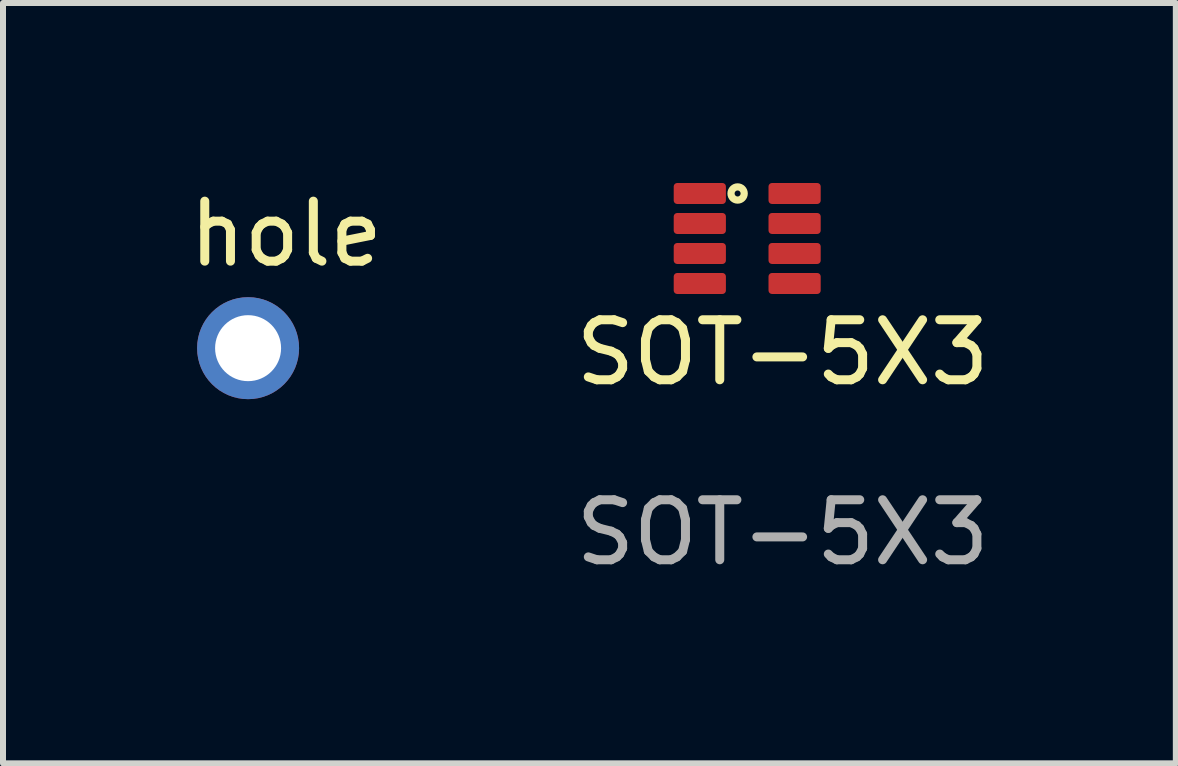
<source format=kicad_pcb>
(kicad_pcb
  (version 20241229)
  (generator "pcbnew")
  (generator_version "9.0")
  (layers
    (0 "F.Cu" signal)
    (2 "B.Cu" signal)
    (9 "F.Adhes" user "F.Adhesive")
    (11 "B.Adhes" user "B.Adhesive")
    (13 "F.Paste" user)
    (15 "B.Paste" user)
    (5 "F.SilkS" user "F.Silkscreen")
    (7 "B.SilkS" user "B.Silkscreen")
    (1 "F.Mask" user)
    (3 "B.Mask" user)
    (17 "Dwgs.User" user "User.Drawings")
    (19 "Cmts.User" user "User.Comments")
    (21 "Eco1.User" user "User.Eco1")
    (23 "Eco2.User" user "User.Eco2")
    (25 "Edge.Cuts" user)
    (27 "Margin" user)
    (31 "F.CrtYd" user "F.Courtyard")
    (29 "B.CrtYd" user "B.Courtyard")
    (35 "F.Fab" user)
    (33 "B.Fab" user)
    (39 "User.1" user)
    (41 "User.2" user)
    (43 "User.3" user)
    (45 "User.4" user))
  (footprint "hole"
    (layer "F.Cu")
    (at 1.085 2.753)
    (property "Reference" "hole" (at 0.635 -1.905 0) (unlocked yes) (layer "F.SilkS") (effects (font (size 1 1) (thickness 0.15))))
    (attr through_hole)
    (pad "1" thru_hole circle (at 0 0) (size 1.7 1.7) (drill 1.1) (layers "*.Cu" "*.Mask")))
  (footprint "SOT-5X3"
    (layer "F.Cu")
    (at 9.994 3.325)
    (property "Reference" "SOT-5X3" (at 0 -0.5 0) (unlocked yes) (layer "F.SilkS") (effects (font (size 1 1) (thickness 0.15))))
    (attr smd)
    (fp_circle (center -0.75 -3.15) (end -0.75 -3.1) (stroke (width 0.12) (type default)) (fill no) (layer "F.SilkS"))
    (fp_text user "${REFERENCE}" (at 0 2.5 0) (unlocked yes) (layer "F.Fab") (effects (font (size 1 1) (thickness 0.15))))
    (pad "1" smd roundrect (at -1.38 -3.15) (size 0.87 0.35) (layers "F.Cu" "F.Mask" "F.Paste") (roundrect_rratio 0.167))
    (pad "2" smd roundrect (at -1.38 -2.65) (size 0.87 0.35) (layers "F.Cu" "F.Mask" "F.Paste") (roundrect_rratio 0.167))
    (pad "3" smd roundrect (at -1.38 -2.15) (size 0.87 0.35) (layers "F.Cu" "F.Mask" "F.Paste") (roundrect_rratio 0.167))
    (pad "4" smd roundrect (at -1.38 -1.65) (size 0.87 0.35) (layers "F.Cu" "F.Mask" "F.Paste") (roundrect_rratio 0.167))
    (pad "5" smd roundrect (at 0.2 -1.65) (size 0.87 0.35) (layers "F.Cu" "F.Mask" "F.Paste") (roundrect_rratio 0.167))
    (pad "6" smd roundrect (at 0.2 -2.15) (size 0.87 0.35) (layers "F.Cu" "F.Mask" "F.Paste") (roundrect_rratio 0.167))
    (pad "7" smd roundrect (at 0.2 -2.65) (size 0.87 0.35) (layers "F.Cu" "F.Mask" "F.Paste") (roundrect_rratio 0.167))
    (pad "8" smd roundrect (at 0.2 -3.15) (size 0.87 0.35) (layers "F.Cu" "F.Mask" "F.Paste") (roundrect_rratio 0.167)))
  (gr_rect
    (start -3 -3)
    (end 16.548 9.673)
    (stroke (width 0.1) (type default))
    (fill no)
    (layer "Edge.Cuts")))
</source>
